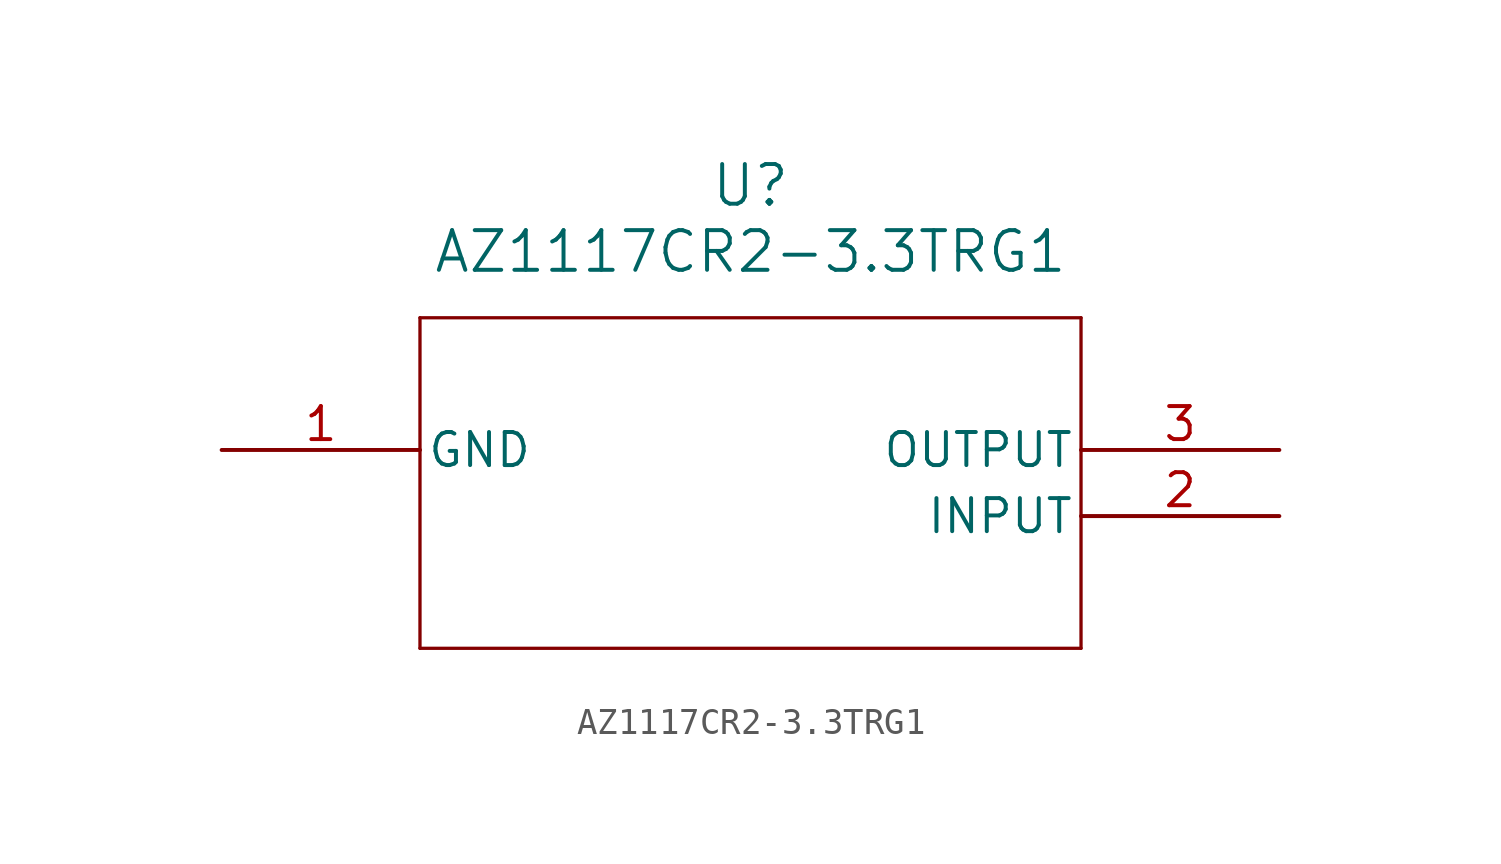
<source format=kicad_sym>
(kicad_symbol_lib
  (version 20211014)
  (generator kicad_symbol_editor)
  (symbol "AZ1117CR2-3.3TRG1"
    (pin_names
      (offset 0.254))
    (property "Reference" "U"
      (at 20.32 10.16 0)
      (effects (font (size 1.524 1.524))))
    (property "Value" "AZ1117CR2-3.3TRG1"
      (at 20.32 7.62 0)
      (effects (font (size 1.524 1.524))))
    (symbol "AZ1117CR2-3.3TRG1_0_1"
      (polyline (pts (xy 7.62 5.08) (xy 7.62 -7.62)) (stroke (width 0.127) (type default) (color 0 0 0 0)) (fill (type none)))
      (polyline (pts (xy 7.62 -7.62) (xy 33.02 -7.62)) (stroke (width 0.127) (type default) (color 0 0 0 0)) (fill (type none)))
      (polyline (pts (xy 33.02 -7.62) (xy 33.02 5.08)) (stroke (width 0.127) (type default) (color 0 0 0 0)) (fill (type none)))
      (polyline (pts (xy 33.02 5.08) (xy 7.62 5.08)) (stroke (width 0.127) (type default) (color 0 0 0 0)) (fill (type none)))
      (pin power_out line (at 0 0 0) (length 7.62) (name "GND" (effects (font (size 1.27 1.27)))) (number "1" (effects (font (size 1.27 1.27)))))
      (pin input line (at 40.64 -2.54 180) (length 7.62) (name "INPUT" (effects (font (size 1.27 1.27)))) (number "2" (effects (font (size 1.27 1.27)))))
      (pin output line (at 40.64 0 180) (length 7.62) (name "OUTPUT" (effects (font (size 1.27 1.27)))) (number "3" (effects (font (size 1.27 1.27))))))))
</source>
